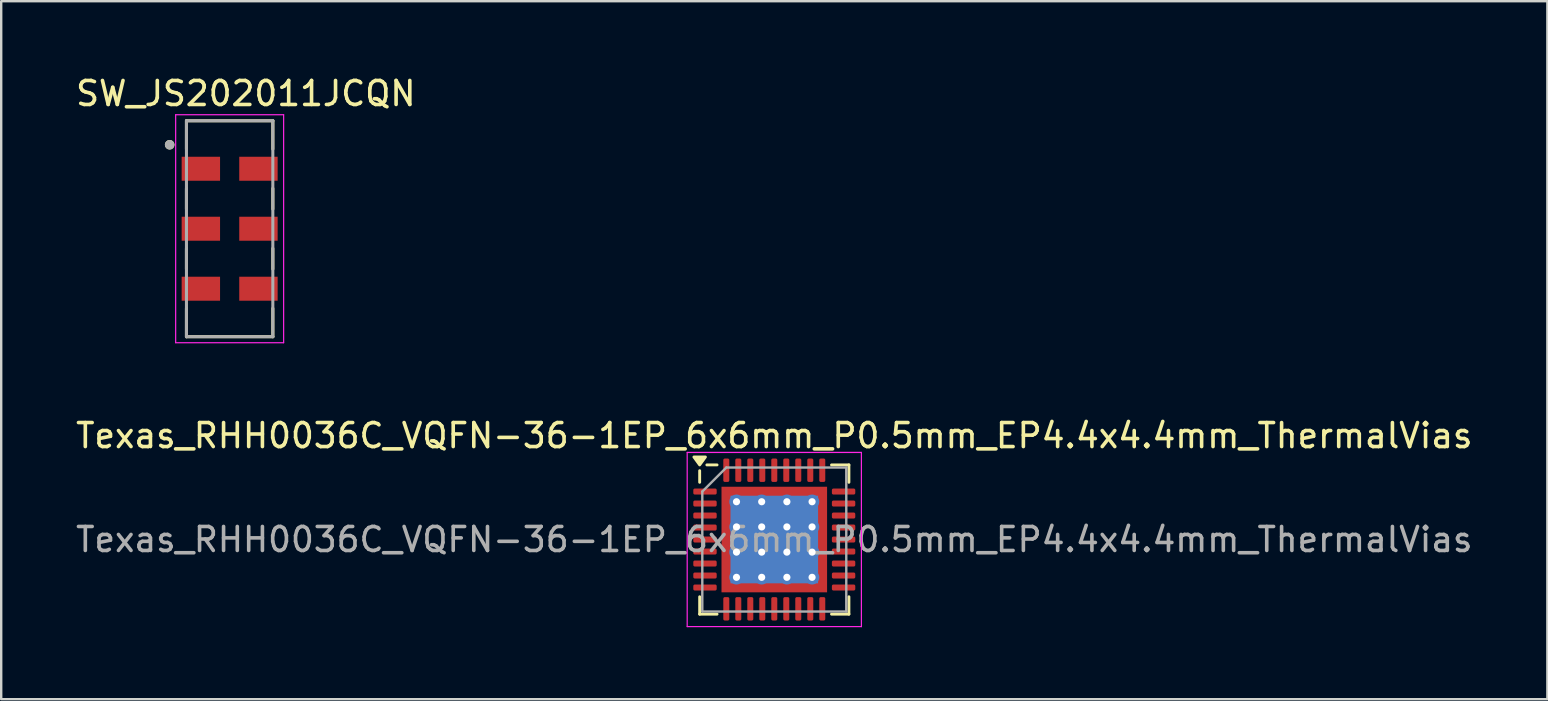
<source format=kicad_pcb>
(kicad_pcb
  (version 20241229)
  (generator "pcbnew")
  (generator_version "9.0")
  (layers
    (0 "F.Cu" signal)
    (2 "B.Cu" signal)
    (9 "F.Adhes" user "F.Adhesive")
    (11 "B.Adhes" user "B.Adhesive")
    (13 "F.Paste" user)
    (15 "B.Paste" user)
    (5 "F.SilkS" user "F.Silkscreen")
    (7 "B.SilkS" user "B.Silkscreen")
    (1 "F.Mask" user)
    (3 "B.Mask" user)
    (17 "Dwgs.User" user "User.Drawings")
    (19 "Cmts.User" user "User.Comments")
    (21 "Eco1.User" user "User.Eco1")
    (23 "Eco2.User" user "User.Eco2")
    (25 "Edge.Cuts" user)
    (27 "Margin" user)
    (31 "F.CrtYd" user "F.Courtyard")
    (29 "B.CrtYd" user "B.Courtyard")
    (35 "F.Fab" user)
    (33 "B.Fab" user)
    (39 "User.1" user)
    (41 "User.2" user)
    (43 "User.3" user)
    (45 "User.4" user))
  (footprint "Texas_RHH0036C_VQFN-36-1EP_6x6mm_P0.5mm_EP4.4x4.4mm_ThermalVias"
    (layer "F.Cu")
    (at 29.22 19.436)
    (property "Reference" "Texas_RHH0036C_VQFN-36-1EP_6x6mm_P0.5mm_EP4.4x4.4mm_ThermalVias" (at 0 -4.33 0) (layer "F.SilkS") (effects (font (size 1 1) (thickness 0.15))))
    (attr smd)
    (fp_line (start -3.11 -2.385) (end -3.11 -2.87) (stroke (width 0.12) (type solid)) (layer "F.SilkS"))
    (fp_line (start -3.11 3.11) (end -3.11 2.385) (stroke (width 0.12) (type solid)) (layer "F.SilkS"))
    (fp_line (start -2.385 -3.11) (end -2.81 -3.11) (stroke (width 0.12) (type solid)) (layer "F.SilkS"))
    (fp_line (start -2.385 3.11) (end -3.11 3.11) (stroke (width 0.12) (type solid)) (layer "F.SilkS"))
    (fp_line (start 2.385 -3.11) (end 3.11 -3.11) (stroke (width 0.12) (type solid)) (layer "F.SilkS"))
    (fp_line (start 2.385 3.11) (end 3.11 3.11) (stroke (width 0.12) (type solid)) (layer "F.SilkS"))
    (fp_line (start 3.11 -3.11) (end 3.11 -2.385) (stroke (width 0.12) (type solid)) (layer "F.SilkS"))
    (fp_line (start 3.11 3.11) (end 3.11 2.385) (stroke (width 0.12) (type solid)) (layer "F.SilkS"))
    (fp_poly (pts (xy -3.11 -3.11) (xy -3.35 -3.44) (xy -2.87 -3.44) (xy -3.11 -3.11)) (stroke (width 0.12) (type solid)) (fill yes) (layer "F.SilkS"))
    (fp_line (start -3.63 -3.63) (end -3.63 3.63) (stroke (width 0.05) (type solid)) (layer "F.CrtYd"))
    (fp_line (start -3.63 3.63) (end 3.63 3.63) (stroke (width 0.05) (type solid)) (layer "F.CrtYd"))
    (fp_line (start 3.63 -3.63) (end -3.63 -3.63) (stroke (width 0.05) (type solid)) (layer "F.CrtYd"))
    (fp_line (start 3.63 3.63) (end 3.63 -3.63) (stroke (width 0.05) (type solid)) (layer "F.CrtYd"))
    (fp_line (start -3 -2) (end -2 -3) (stroke (width 0.1) (type solid)) (layer "F.Fab"))
    (fp_line (start -3 3) (end -3 -2) (stroke (width 0.1) (type solid)) (layer "F.Fab"))
    (fp_line (start -2 -3) (end 3 -3) (stroke (width 0.1) (type solid)) (layer "F.Fab"))
    (fp_line (start 3 -3) (end 3 3) (stroke (width 0.1) (type solid)) (layer "F.Fab"))
    (fp_line (start 3 3) (end -3 3) (stroke (width 0.1) (type solid)) (layer "F.Fab"))
    (fp_text user "${REFERENCE}" (at 0 0 0) (layer "F.Fab") (effects (font (size 1 1) (thickness 0.15))))
    (pad "" smd custom (at -1.887 -1.887) (size 0.39 0.39) (layers "F.Paste") (options (anchor circle)) (primitives (gr_poly (pts (xy -0.138 -0.138) (xy 0.138 -0.138) (xy 0.138 0.043) (xy 0.043 0.138) (xy -0.138 0.138)) (width 0.229) (fill yes))))
    (pad "" smd custom (at -1.887 -1.05) (size 0.419 0.419) (layers "F.Paste") (options (anchor circle)) (primitives (gr_poly (pts (xy -0.167 -0.338) (xy 0.096 -0.338) (xy 0.167 -0.267) (xy 0.167 0.267) (xy 0.096 0.338) (xy -0.167 0.338)) (width 0.17) (fill yes))))
    (pad "" smd custom (at -1.887 0) (size 0.419 0.419) (layers "F.Paste") (options (anchor circle)) (primitives (gr_poly (pts (xy -0.167 -0.338) (xy 0.096 -0.338) (xy 0.167 -0.267) (xy 0.167 0.267) (xy 0.096 0.338) (xy -0.167 0.338)) (width 0.17) (fill yes))))
    (pad "" smd custom (at -1.887 1.05) (size 0.419 0.419) (layers "F.Paste") (options (anchor circle)) (primitives (gr_poly (pts (xy -0.167 -0.338) (xy 0.096 -0.338) (xy 0.167 -0.267) (xy 0.167 0.267) (xy 0.096 0.338) (xy -0.167 0.338)) (width 0.17) (fill yes))))
    (pad "" smd custom (at -1.887 1.887) (size 0.39 0.39) (layers "F.Paste") (options (anchor circle)) (primitives (gr_poly (pts (xy -0.138 -0.138) (xy 0.043 -0.138) (xy 0.138 -0.043) (xy 0.138 0.138) (xy -0.138 0.138)) (width 0.229) (fill yes))))
    (pad "" smd custom (at -1.05 -1.887) (size 0.419 0.419) (layers "F.Paste") (options (anchor circle)) (primitives (gr_poly (pts (xy -0.338 -0.167) (xy 0.338 -0.167) (xy 0.338 0.096) (xy 0.267 0.167) (xy -0.267 0.167) (xy -0.338 0.096)) (width 0.17) (fill yes))))
    (pad "" smd roundrect (at -1.05 -1.05) (size 0.847 0.847) (layers "F.Paste") (roundrect_rratio 0.25))
    (pad "" smd roundrect (at -1.05 0) (size 0.847 0.847) (layers "F.Paste") (roundrect_rratio 0.25))
    (pad "" smd roundrect (at -1.05 1.05) (size 0.847 0.847) (layers "F.Paste") (roundrect_rratio 0.25))
    (pad "" smd custom (at -1.05 1.887) (size 0.419 0.419) (layers "F.Paste") (options (anchor circle)) (primitives (gr_poly (pts (xy -0.338 -0.096) (xy -0.267 -0.167) (xy 0.267 -0.167) (xy 0.338 -0.096) (xy 0.338 0.167) (xy -0.338 0.167)) (width 0.17) (fill yes))))
    (pad "" smd custom (at 0 -1.887) (size 0.419 0.419) (layers "F.Paste") (options (anchor circle)) (primitives (gr_poly (pts (xy -0.338 -0.167) (xy 0.338 -0.167) (xy 0.338 0.096) (xy 0.267 0.167) (xy -0.267 0.167) (xy -0.338 0.096)) (width 0.17) (fill yes))))
    (pad "" smd roundrect (at 0 -1.05) (size 0.847 0.847) (layers "F.Paste") (roundrect_rratio 0.25))
    (pad "" smd roundrect (at 0 0) (size 0.847 0.847) (layers "F.Paste") (roundrect_rratio 0.25))
    (pad "" smd roundrect (at 0 1.05) (size 0.847 0.847) (layers "F.Paste") (roundrect_rratio 0.25))
    (pad "" smd custom (at 0 1.887) (size 0.419 0.419) (layers "F.Paste") (options (anchor circle)) (primitives (gr_poly (pts (xy -0.338 -0.096) (xy -0.267 -0.167) (xy 0.267 -0.167) (xy 0.338 -0.096) (xy 0.338 0.167) (xy -0.338 0.167)) (width 0.17) (fill yes))))
    (pad "" smd custom (at 1.05 -1.887) (size 0.419 0.419) (layers "F.Paste") (options (anchor circle)) (primitives (gr_poly (pts (xy -0.338 -0.167) (xy 0.338 -0.167) (xy 0.338 0.096) (xy 0.267 0.167) (xy -0.267 0.167) (xy -0.338 0.096)) (width 0.17) (fill yes))))
    (pad "" smd roundrect (at 1.05 -1.05) (size 0.847 0.847) (layers "F.Paste") (roundrect_rratio 0.25))
    (pad "" smd roundrect (at 1.05 0) (size 0.847 0.847) (layers "F.Paste") (roundrect_rratio 0.25))
    (pad "" smd roundrect (at 1.05 1.05) (size 0.847 0.847) (layers "F.Paste") (roundrect_rratio 0.25))
    (pad "" smd custom (at 1.05 1.887) (size 0.419 0.419) (layers "F.Paste") (options (anchor circle)) (primitives (gr_poly (pts (xy -0.338 -0.096) (xy -0.267 -0.167) (xy 0.267 -0.167) (xy 0.338 -0.096) (xy 0.338 0.167) (xy -0.338 0.167)) (width 0.17) (fill yes))))
    (pad "" smd custom (at 1.887 -1.887) (size 0.39 0.39) (layers "F.Paste") (options (anchor circle)) (primitives (gr_poly (pts (xy -0.138 -0.138) (xy 0.138 -0.138) (xy 0.138 0.138) (xy -0.043 0.138) (xy -0.138 0.043)) (width 0.229) (fill yes))))
    (pad "" smd custom (at 1.887 -1.05) (size 0.419 0.419) (layers "F.Paste") (options (anchor circle)) (primitives (gr_poly (pts (xy -0.167 -0.267) (xy -0.096 -0.338) (xy 0.167 -0.338) (xy 0.167 0.338) (xy -0.096 0.338) (xy -0.167 0.267)) (width 0.17) (fill yes))))
    (pad "" smd custom (at 1.887 0) (size 0.419 0.419) (layers "F.Paste") (options (anchor circle)) (primitives (gr_poly (pts (xy -0.167 -0.267) (xy -0.096 -0.338) (xy 0.167 -0.338) (xy 0.167 0.338) (xy -0.096 0.338) (xy -0.167 0.267)) (width 0.17) (fill yes))))
    (pad "" smd custom (at 1.887 1.05) (size 0.419 0.419) (layers "F.Paste") (options (anchor circle)) (primitives (gr_poly (pts (xy -0.167 -0.267) (xy -0.096 -0.338) (xy 0.167 -0.338) (xy 0.167 0.338) (xy -0.096 0.338) (xy -0.167 0.267)) (width 0.17) (fill yes))))
    (pad "" smd custom (at 1.887 1.887) (size 0.39 0.39) (layers "F.Paste") (options (anchor circle)) (primitives (gr_poly (pts (xy -0.138 -0.043) (xy -0.043 -0.138) (xy 0.138 -0.138) (xy 0.138 0.138) (xy -0.138 0.138)) (width 0.229) (fill yes))))
    (pad "1" smd roundrect (at -2.888 -2) (size 0.975 0.25) (layers "F.Cu" "F.Mask" "F.Paste") (roundrect_rratio 0.25))
    (pad "2" smd roundrect (at -2.888 -1.5) (size 0.975 0.25) (layers "F.Cu" "F.Mask" "F.Paste") (roundrect_rratio 0.25))
    (pad "3" smd roundrect (at -2.888 -1) (size 0.975 0.25) (layers "F.Cu" "F.Mask" "F.Paste") (roundrect_rratio 0.25))
    (pad "4" smd roundrect (at -2.888 -0.5) (size 0.975 0.25) (layers "F.Cu" "F.Mask" "F.Paste") (roundrect_rratio 0.25))
    (pad "5" smd roundrect (at -2.888 0) (size 0.975 0.25) (layers "F.Cu" "F.Mask" "F.Paste") (roundrect_rratio 0.25))
    (pad "6" smd roundrect (at -2.888 0.5) (size 0.975 0.25) (layers "F.Cu" "F.Mask" "F.Paste") (roundrect_rratio 0.25))
    (pad "7" smd roundrect (at -2.888 1) (size 0.975 0.25) (layers "F.Cu" "F.Mask" "F.Paste") (roundrect_rratio 0.25))
    (pad "8" smd roundrect (at -2.888 1.5) (size 0.975 0.25) (layers "F.Cu" "F.Mask" "F.Paste") (roundrect_rratio 0.25))
    (pad "9" smd roundrect (at -2.888 2) (size 0.975 0.25) (layers "F.Cu" "F.Mask" "F.Paste") (roundrect_rratio 0.25))
    (pad "10" smd roundrect (at -2 2.888) (size 0.25 0.975) (layers "F.Cu" "F.Mask" "F.Paste") (roundrect_rratio 0.25))
    (pad "11" smd roundrect (at -1.5 2.888) (size 0.25 0.975) (layers "F.Cu" "F.Mask" "F.Paste") (roundrect_rratio 0.25))
    (pad "12" smd roundrect (at -1 2.888) (size 0.25 0.975) (layers "F.Cu" "F.Mask" "F.Paste") (roundrect_rratio 0.25))
    (pad "13" smd roundrect (at -0.5 2.888) (size 0.25 0.975) (layers "F.Cu" "F.Mask" "F.Paste") (roundrect_rratio 0.25))
    (pad "14" smd roundrect (at 0 2.888) (size 0.25 0.975) (layers "F.Cu" "F.Mask" "F.Paste") (roundrect_rratio 0.25))
    (pad "15" smd roundrect (at 0.5 2.888) (size 0.25 0.975) (layers "F.Cu" "F.Mask" "F.Paste") (roundrect_rratio 0.25))
    (pad "16" smd roundrect (at 1 2.888) (size 0.25 0.975) (layers "F.Cu" "F.Mask" "F.Paste") (roundrect_rratio 0.25))
    (pad "17" smd roundrect (at 1.5 2.888) (size 0.25 0.975) (layers "F.Cu" "F.Mask" "F.Paste") (roundrect_rratio 0.25))
    (pad "18" smd roundrect (at 2 2.888) (size 0.25 0.975) (layers "F.Cu" "F.Mask" "F.Paste") (roundrect_rratio 0.25))
    (pad "19" smd roundrect (at 2.888 2) (size 0.975 0.25) (layers "F.Cu" "F.Mask" "F.Paste") (roundrect_rratio 0.25))
    (pad "20" smd roundrect (at 2.888 1.5) (size 0.975 0.25) (layers "F.Cu" "F.Mask" "F.Paste") (roundrect_rratio 0.25))
    (pad "21" smd roundrect (at 2.888 1) (size 0.975 0.25) (layers "F.Cu" "F.Mask" "F.Paste") (roundrect_rratio 0.25))
    (pad "22" smd roundrect (at 2.888 0.5) (size 0.975 0.25) (layers "F.Cu" "F.Mask" "F.Paste") (roundrect_rratio 0.25))
    (pad "23" smd roundrect (at 2.888 0) (size 0.975 0.25) (layers "F.Cu" "F.Mask" "F.Paste") (roundrect_rratio 0.25))
    (pad "24" smd roundrect (at 2.888 -0.5) (size 0.975 0.25) (layers "F.Cu" "F.Mask" "F.Paste") (roundrect_rratio 0.25))
    (pad "25" smd roundrect (at 2.888 -1) (size 0.975 0.25) (layers "F.Cu" "F.Mask" "F.Paste") (roundrect_rratio 0.25))
    (pad "26" smd roundrect (at 2.888 -1.5) (size 0.975 0.25) (layers "F.Cu" "F.Mask" "F.Paste") (roundrect_rratio 0.25))
    (pad "27" smd roundrect (at 2.888 -2) (size 0.975 0.25) (layers "F.Cu" "F.Mask" "F.Paste") (roundrect_rratio 0.25))
    (pad "28" smd roundrect (at 2 -2.888) (size 0.25 0.975) (layers "F.Cu" "F.Mask" "F.Paste") (roundrect_rratio 0.25))
    (pad "29" smd roundrect (at 1.5 -2.888) (size 0.25 0.975) (layers "F.Cu" "F.Mask" "F.Paste") (roundrect_rratio 0.25))
    (pad "30" smd roundrect (at 1 -2.888) (size 0.25 0.975) (layers "F.Cu" "F.Mask" "F.Paste") (roundrect_rratio 0.25))
    (pad "31" smd roundrect (at 0.5 -2.888) (size 0.25 0.975) (layers "F.Cu" "F.Mask" "F.Paste") (roundrect_rratio 0.25))
    (pad "32" smd roundrect (at 0 -2.888) (size 0.25 0.975) (layers "F.Cu" "F.Mask" "F.Paste") (roundrect_rratio 0.25))
    (pad "33" smd roundrect (at -0.5 -2.888) (size 0.25 0.975) (layers "F.Cu" "F.Mask" "F.Paste") (roundrect_rratio 0.25))
    (pad "34" smd roundrect (at -1 -2.888) (size 0.25 0.975) (layers "F.Cu" "F.Mask" "F.Paste") (roundrect_rratio 0.25))
    (pad "35" smd roundrect (at -1.5 -2.888) (size 0.25 0.975) (layers "F.Cu" "F.Mask" "F.Paste") (roundrect_rratio 0.25))
    (pad "36" smd roundrect (at -2 -2.888) (size 0.25 0.975) (layers "F.Cu" "F.Mask" "F.Paste") (roundrect_rratio 0.25))
    (pad "37" thru_hole circle (at -1.575 -1.575) (size 0.6 0.6) (drill 0.3) (property pad_prop_heatsink) (layers "*.Cu"))
    (pad "37" thru_hole circle (at -1.575 -0.525) (size 0.6 0.6) (drill 0.3) (property pad_prop_heatsink) (layers "*.Cu"))
    (pad "37" thru_hole circle (at -1.575 0.525) (size 0.6 0.6) (drill 0.3) (property pad_prop_heatsink) (layers "*.Cu"))
    (pad "37" thru_hole circle (at -1.575 1.575) (size 0.6 0.6) (drill 0.3) (property pad_prop_heatsink) (layers "*.Cu"))
    (pad "37" thru_hole circle (at -0.525 -1.575) (size 0.6 0.6) (drill 0.3) (property pad_prop_heatsink) (layers "*.Cu"))
    (pad "37" thru_hole circle (at -0.525 -0.525) (size 0.6 0.6) (drill 0.3) (property pad_prop_heatsink) (layers "*.Cu"))
    (pad "37" thru_hole circle (at -0.525 0.525) (size 0.6 0.6) (drill 0.3) (property pad_prop_heatsink) (layers "*.Cu"))
    (pad "37" thru_hole circle (at -0.525 1.575) (size 0.6 0.6) (drill 0.3) (property pad_prop_heatsink) (layers "*.Cu"))
    (pad "37" smd rect (at 0 0) (size 3.65 3.65) (property pad_prop_heatsink) (layers "B.Cu"))
    (pad "37" smd rect (at 0 0) (size 4.4 4.4) (property pad_prop_heatsink) (layers "F.Cu" "F.Mask"))
    (pad "37" thru_hole circle (at 0.525 -1.575) (size 0.6 0.6) (drill 0.3) (property pad_prop_heatsink) (layers "*.Cu"))
    (pad "37" thru_hole circle (at 0.525 -0.525) (size 0.6 0.6) (drill 0.3) (property pad_prop_heatsink) (layers "*.Cu"))
    (pad "37" thru_hole circle (at 0.525 0.525) (size 0.6 0.6) (drill 0.3) (property pad_prop_heatsink) (layers "*.Cu"))
    (pad "37" thru_hole circle (at 0.525 1.575) (size 0.6 0.6) (drill 0.3) (property pad_prop_heatsink) (layers "*.Cu"))
    (pad "37" thru_hole circle (at 1.575 -1.575) (size 0.6 0.6) (drill 0.3) (property pad_prop_heatsink) (layers "*.Cu"))
    (pad "37" thru_hole circle (at 1.575 -0.525) (size 0.6 0.6) (drill 0.3) (property pad_prop_heatsink) (layers "*.Cu"))
    (pad "37" thru_hole circle (at 1.575 0.525) (size 0.6 0.6) (drill 0.3) (property pad_prop_heatsink) (layers "*.Cu"))
    (pad "37" thru_hole circle (at 1.575 1.575) (size 0.6 0.6) (drill 0.3) (property pad_prop_heatsink) (layers "*.Cu")))
  (footprint "SW_JS202011JCQN"
    (layer "F.Cu")
    (at 6.521 6.483)
    (property "Reference" "SW_JS202011JCQN" (at 0.675 -5.635 0) (layer "F.SilkS") (effects (font (size 1 1) (thickness 0.15))))
    (attr smd)
    (fp_line (start -1.8 -4.5) (end 1.8 -4.5) (stroke (width 0.127) (type solid)) (layer "F.SilkS"))
    (fp_line (start -1.8 -3.32) (end -1.8 -4.5) (stroke (width 0.127) (type solid)) (layer "F.SilkS"))
    (fp_line (start -1.8 -0.82) (end -1.8 -1.68) (stroke (width 0.127) (type solid)) (layer "F.SilkS"))
    (fp_line (start -1.8 1.68) (end -1.8 0.82) (stroke (width 0.127) (type solid)) (layer "F.SilkS"))
    (fp_line (start -1.8 4.5) (end -1.8 3.32) (stroke (width 0.127) (type solid)) (layer "F.SilkS"))
    (fp_line (start 1.8 -4.5) (end 1.8 -3.32) (stroke (width 0.127) (type solid)) (layer "F.SilkS"))
    (fp_line (start 1.8 -1.68) (end 1.8 -0.82) (stroke (width 0.127) (type solid)) (layer "F.SilkS"))
    (fp_line (start 1.8 0.82) (end 1.8 1.68) (stroke (width 0.127) (type solid)) (layer "F.SilkS"))
    (fp_line (start 1.8 3.32) (end 1.8 4.5) (stroke (width 0.127) (type solid)) (layer "F.SilkS"))
    (fp_line (start 1.8 4.5) (end -1.8 4.5) (stroke (width 0.127) (type solid)) (layer "F.SilkS"))
    (fp_circle (center -2.5 -3.5) (end -2.4 -3.5) (stroke (width 0.2) (type solid)) (fill no) (layer "F.SilkS"))
    (fp_line (start -2.25 -4.75) (end 2.25 -4.75) (stroke (width 0.05) (type solid)) (layer "F.CrtYd"))
    (fp_line (start -2.25 4.75) (end -2.25 -4.75) (stroke (width 0.05) (type solid)) (layer "F.CrtYd"))
    (fp_line (start 2.25 -4.75) (end 2.25 4.75) (stroke (width 0.05) (type solid)) (layer "F.CrtYd"))
    (fp_line (start 2.25 4.75) (end -2.25 4.75) (stroke (width 0.05) (type solid)) (layer "F.CrtYd"))
    (fp_line (start -1.8 -4.5) (end 1.8 -4.5) (stroke (width 0.127) (type solid)) (layer "F.Fab"))
    (fp_line (start -1.8 4.5) (end -1.8 -4.5) (stroke (width 0.127) (type solid)) (layer "F.Fab"))
    (fp_line (start 1.8 -4.5) (end 1.8 4.5) (stroke (width 0.127) (type solid)) (layer "F.Fab"))
    (fp_line (start 1.8 4.5) (end -1.8 4.5) (stroke (width 0.127) (type solid)) (layer "F.Fab"))
    (fp_circle (center -2.5 -3.5) (end -2.4 -3.5) (stroke (width 0.2) (type solid)) (fill no) (layer "F.Fab"))
    (pad "1" smd rect (at -1.2 -2.5) (size 1.6 1) (layers "F.Cu" "F.Mask" "F.Paste"))
    (pad "2" smd rect (at -1.2 0) (size 1.6 1) (layers "F.Cu" "F.Mask" "F.Paste"))
    (pad "3" smd rect (at -1.2 2.5) (size 1.6 1) (layers "F.Cu" "F.Mask" "F.Paste"))
    (pad "5" smd rect (at 1.2 -2.5) (size 1.6 1) (layers "F.Cu" "F.Mask" "F.Paste"))
    (pad "6" smd rect (at 1.2 0) (size 1.6 1) (layers "F.Cu" "F.Mask" "F.Paste"))
    (pad "7" smd rect (at 1.2 2.5) (size 1.6 1) (layers "F.Cu" "F.Mask" "F.Paste")))
  (gr_rect
    (start -3 -3)
    (end 61.44 26.091)
    (stroke (width 0.1) (type default))
    (fill no)
    (layer "Edge.Cuts")))
</source>
